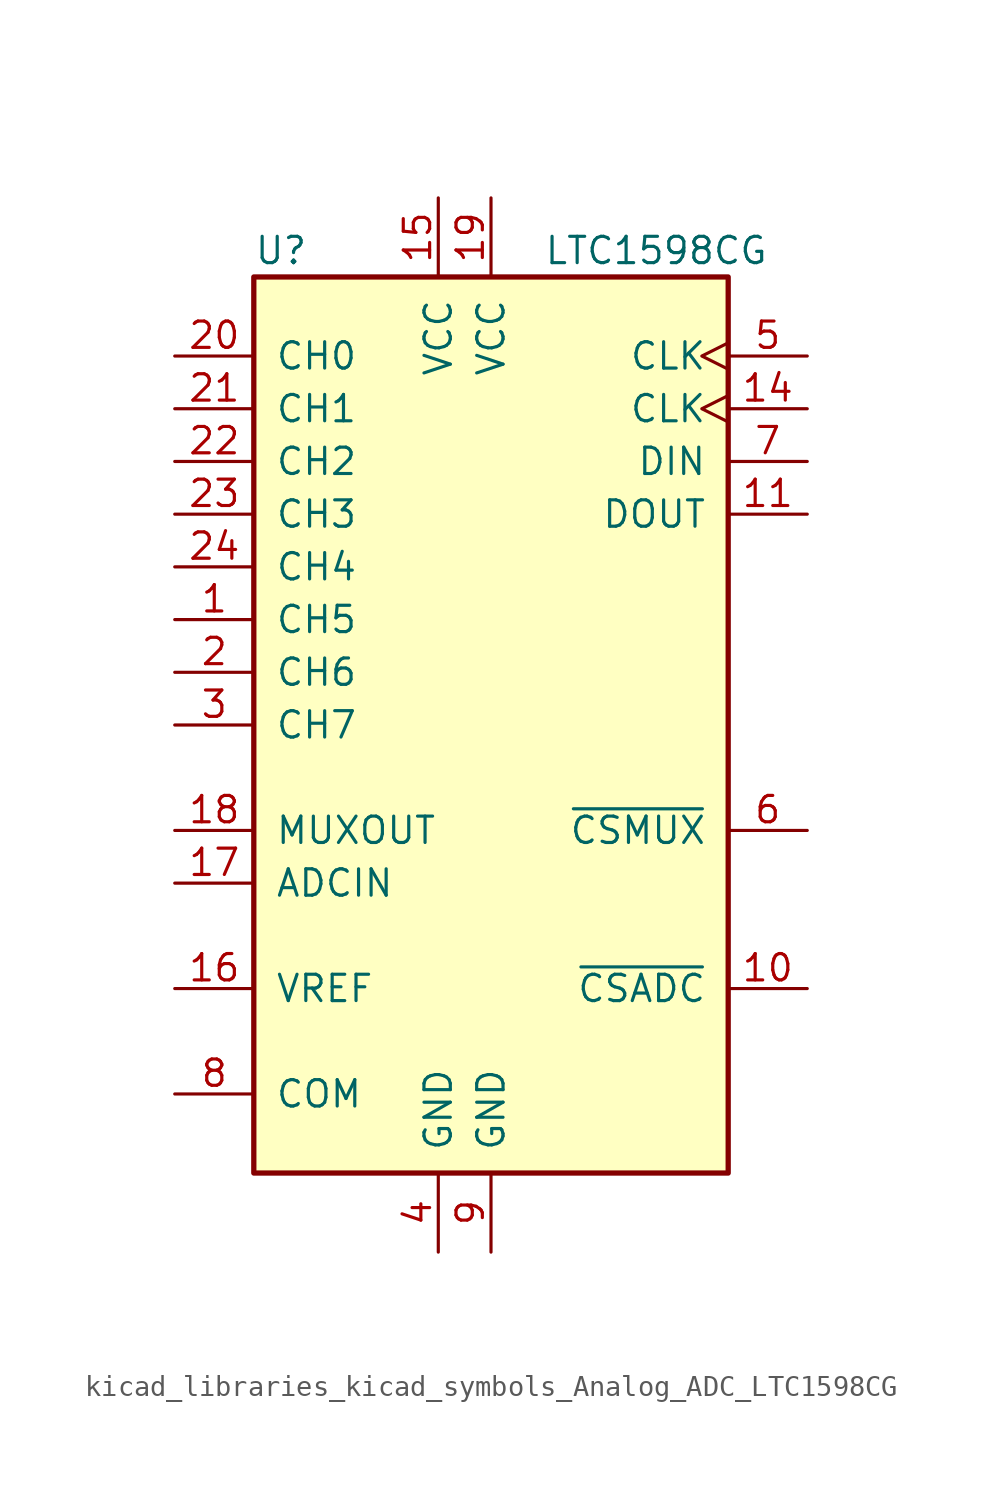
<source format=kicad_sym>
(kicad_symbol_lib
  (version 20220914)
  (generator kicad_symbol_editor)
  (symbol "kicad_libraries_kicad_symbols_Analog_ADC_LTC1598CG"
    (pin_names
      (offset 1.016))
    (property "Reference" "U"
      (at -11.43 22.86 0)
      (effects (font (size 1.27 1.27)) (justify left)))
    (property "Value" "LTC1598CG"
      (at 2.54 22.86 0)
      (effects (font (size 1.27 1.27)) (justify left)))
    (symbol "kicad_libraries_kicad_symbols_Analog_ADC_LTC1598CG_0_1"
      (rectangle (start -11.43 21.59) (end 11.43 -21.59) (stroke (width 0.254) (type default)) (fill (type background))))
    (symbol "kicad_libraries_kicad_symbols_Analog_ADC_LTC1598CG_1_1"
      (pin input line (at -15.24 5.08 0) (length 3.81) (name "CH5" (effects (font (size 1.27 1.27)))) (number "1" (effects (font (size 1.27 1.27)))))
      (pin input line (at 15.24 -12.7 180) (length 3.81) (name "~{CSADC}" (effects (font (size 1.27 1.27)))) (number "10" (effects (font (size 1.27 1.27)))))
      (pin output line (at 15.24 10.16 180) (length 3.81) (name "DOUT" (effects (font (size 1.27 1.27)))) (number "11" (effects (font (size 1.27 1.27)))))
      (pin no_connect line (at 2.54 -21.59 90) (length 3.81) hide (name "NC" (effects (font (size 1.27 1.27)))) (number "12" (effects (font (size 1.27 1.27)))))
      (pin no_connect line (at 5.08 -21.59 90) (length 3.81) hide (name "NC" (effects (font (size 1.27 1.27)))) (number "13" (effects (font (size 1.27 1.27)))))
      (pin input clock (at 15.24 15.24 180) (length 3.81) (name "CLK" (effects (font (size 1.27 1.27)))) (number "14" (effects (font (size 1.27 1.27)))))
      (pin power_in line (at -2.54 25.4 270) (length 3.81) (name "VCC" (effects (font (size 1.27 1.27)))) (number "15" (effects (font (size 1.27 1.27)))))
      (pin input line (at -15.24 -12.7 0) (length 3.81) (name "VREF" (effects (font (size 1.27 1.27)))) (number "16" (effects (font (size 1.27 1.27)))))
      (pin input line (at -15.24 -7.62 0) (length 3.81) (name "ADCIN" (effects (font (size 1.27 1.27)))) (number "17" (effects (font (size 1.27 1.27)))))
      (pin output line (at -15.24 -5.08 0) (length 3.81) (name "MUXOUT" (effects (font (size 1.27 1.27)))) (number "18" (effects (font (size 1.27 1.27)))))
      (pin power_in line (at 0 25.4 270) (length 3.81) (name "VCC" (effects (font (size 1.27 1.27)))) (number "19" (effects (font (size 1.27 1.27)))))
      (pin input line (at -15.24 2.54 0) (length 3.81) (name "CH6" (effects (font (size 1.27 1.27)))) (number "2" (effects (font (size 1.27 1.27)))))
      (pin input line (at -15.24 17.78 0) (length 3.81) (name "CH0" (effects (font (size 1.27 1.27)))) (number "20" (effects (font (size 1.27 1.27)))))
      (pin input line (at -15.24 15.24 0) (length 3.81) (name "CH1" (effects (font (size 1.27 1.27)))) (number "21" (effects (font (size 1.27 1.27)))))
      (pin input line (at -15.24 12.7 0) (length 3.81) (name "CH2" (effects (font (size 1.27 1.27)))) (number "22" (effects (font (size 1.27 1.27)))))
      (pin input line (at -15.24 10.16 0) (length 3.81) (name "CH3" (effects (font (size 1.27 1.27)))) (number "23" (effects (font (size 1.27 1.27)))))
      (pin input line (at -15.24 7.62 0) (length 3.81) (name "CH4" (effects (font (size 1.27 1.27)))) (number "24" (effects (font (size 1.27 1.27)))))
      (pin input line (at -15.24 0 0) (length 3.81) (name "CH7" (effects (font (size 1.27 1.27)))) (number "3" (effects (font (size 1.27 1.27)))))
      (pin power_in line (at -2.54 -25.4 90) (length 3.81) (name "GND" (effects (font (size 1.27 1.27)))) (number "4" (effects (font (size 1.27 1.27)))))
      (pin input clock (at 15.24 17.78 180) (length 3.81) (name "CLK" (effects (font (size 1.27 1.27)))) (number "5" (effects (font (size 1.27 1.27)))))
      (pin input line (at 15.24 -5.08 180) (length 3.81) (name "~{CSMUX}" (effects (font (size 1.27 1.27)))) (number "6" (effects (font (size 1.27 1.27)))))
      (pin input line (at 15.24 12.7 180) (length 3.81) (name "DIN" (effects (font (size 1.27 1.27)))) (number "7" (effects (font (size 1.27 1.27)))))
      (pin input line (at -15.24 -17.78 0) (length 3.81) (name "COM" (effects (font (size 1.27 1.27)))) (number "8" (effects (font (size 1.27 1.27)))))
      (pin power_in line (at 0 -25.4 90) (length 3.81) (name "GND" (effects (font (size 1.27 1.27)))) (number "9" (effects (font (size 1.27 1.27))))))))
</source>
